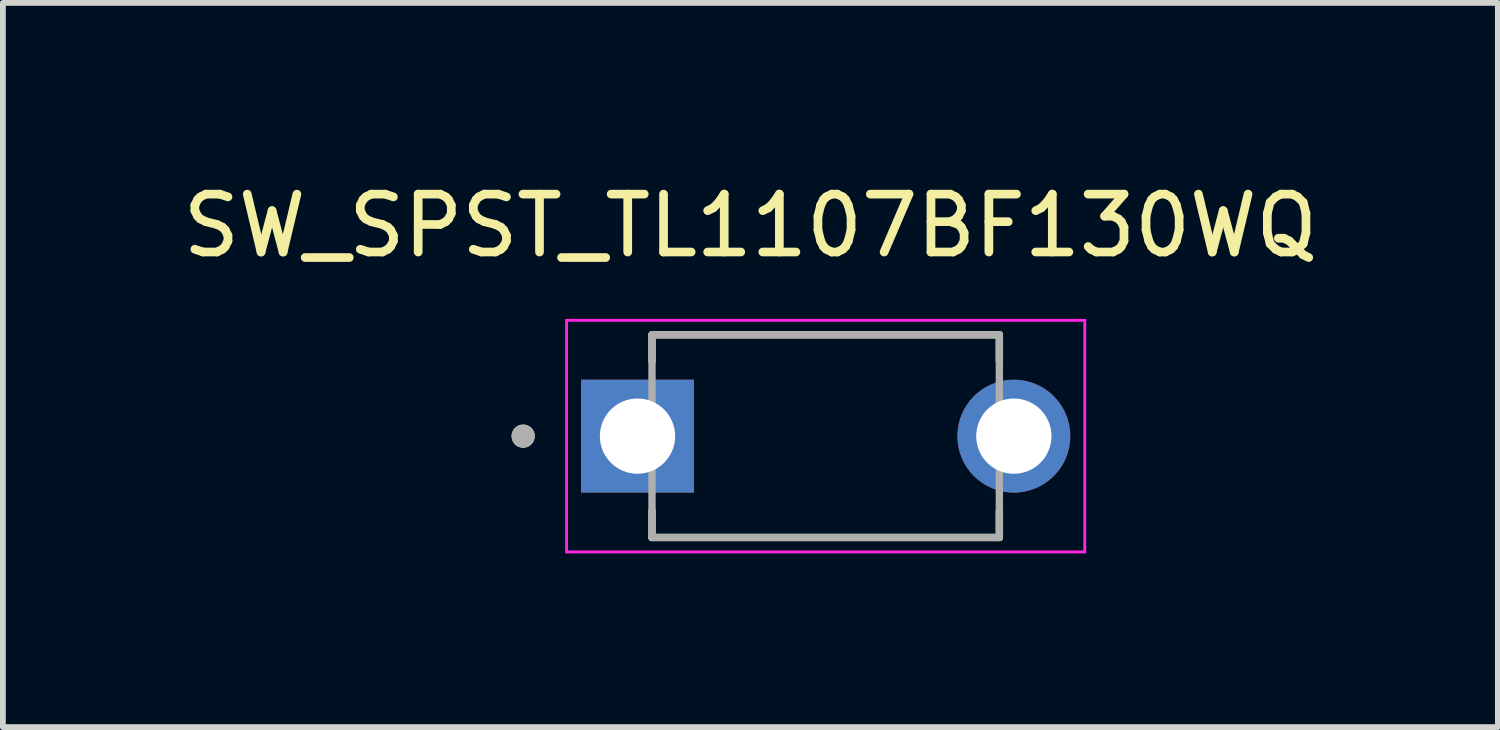
<source format=kicad_pcb>
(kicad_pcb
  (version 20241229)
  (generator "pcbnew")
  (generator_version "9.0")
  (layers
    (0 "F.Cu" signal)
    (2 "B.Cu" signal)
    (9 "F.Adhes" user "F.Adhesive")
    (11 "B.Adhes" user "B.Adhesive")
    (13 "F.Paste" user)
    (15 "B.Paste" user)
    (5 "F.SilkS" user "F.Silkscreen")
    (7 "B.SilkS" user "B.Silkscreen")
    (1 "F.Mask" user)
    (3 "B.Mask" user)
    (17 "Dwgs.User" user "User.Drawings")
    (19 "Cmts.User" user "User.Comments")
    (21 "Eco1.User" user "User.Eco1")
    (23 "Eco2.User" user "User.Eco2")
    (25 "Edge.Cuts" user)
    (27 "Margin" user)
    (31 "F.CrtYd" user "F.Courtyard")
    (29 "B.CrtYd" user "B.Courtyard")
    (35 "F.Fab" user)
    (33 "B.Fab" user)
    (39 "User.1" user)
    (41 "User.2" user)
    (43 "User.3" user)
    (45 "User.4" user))
  (footprint "SW_SPST_TL1107BF130WQ"
    (layer "F.Cu")
    (at 11.211 4.483)
    (property "Reference" "SW_SPST_TL1107BF130WQ" (at -1.3 -3.635 0) (layer "F.SilkS") (effects (font (size 1 1) (thickness 0.15))))
    (attr through_hole)
    (fp_line (start -3 -1.75) (end -3 -1.295) (stroke (width 0.127) (type solid)) (layer "F.SilkS"))
    (fp_line (start -3 1.75) (end -3 1.295) (stroke (width 0.127) (type solid)) (layer "F.SilkS"))
    (fp_line (start -3 1.75) (end 3 1.75) (stroke (width 0.127) (type solid)) (layer "F.SilkS"))
    (fp_line (start 3 -1.75) (end -3 -1.75) (stroke (width 0.127) (type solid)) (layer "F.SilkS"))
    (fp_line (start 3 -1.295) (end 3 -1.75) (stroke (width 0.127) (type solid)) (layer "F.SilkS"))
    (fp_line (start 3 1.75) (end 3 1.295) (stroke (width 0.127) (type solid)) (layer "F.SilkS"))
    (fp_circle (center -5.225 0) (end -5.125 0) (stroke (width 0.2) (type solid)) (fill no) (layer "F.SilkS"))
    (fp_line (start -4.475 -2) (end -4.475 2) (stroke (width 0.05) (type solid)) (layer "F.CrtYd"))
    (fp_line (start -4.475 2) (end 4.475 2) (stroke (width 0.05) (type solid)) (layer "F.CrtYd"))
    (fp_line (start 4.475 -2) (end -4.475 -2) (stroke (width 0.05) (type solid)) (layer "F.CrtYd"))
    (fp_line (start 4.475 2) (end 4.475 -2) (stroke (width 0.05) (type solid)) (layer "F.CrtYd"))
    (fp_line (start -3 -1.75) (end -3 1.75) (stroke (width 0.127) (type solid)) (layer "F.Fab"))
    (fp_line (start -3 1.75) (end 3 1.75) (stroke (width 0.127) (type solid)) (layer "F.Fab"))
    (fp_line (start 3 -1.75) (end -3 -1.75) (stroke (width 0.127) (type solid)) (layer "F.Fab"))
    (fp_line (start 3 1.75) (end 3 -1.75) (stroke (width 0.127) (type solid)) (layer "F.Fab"))
    (fp_circle (center -5.225 0) (end -5.125 0) (stroke (width 0.2) (type solid)) (fill no) (layer "F.Fab"))
    (pad "1" thru_hole rect (at -3.25 0) (size 1.95 1.95) (drill 1.3) (layers "*.Cu" "*.Mask"))
    (pad "2" thru_hole circle (at 3.25 0) (size 1.95 1.95) (drill 1.3) (layers "*.Cu" "*.Mask")))
  (gr_rect
    (start -3 -3)
    (end 22.821 9.508)
    (stroke (width 0.1) (type default))
    (fill no)
    (layer "Edge.Cuts")))
</source>
